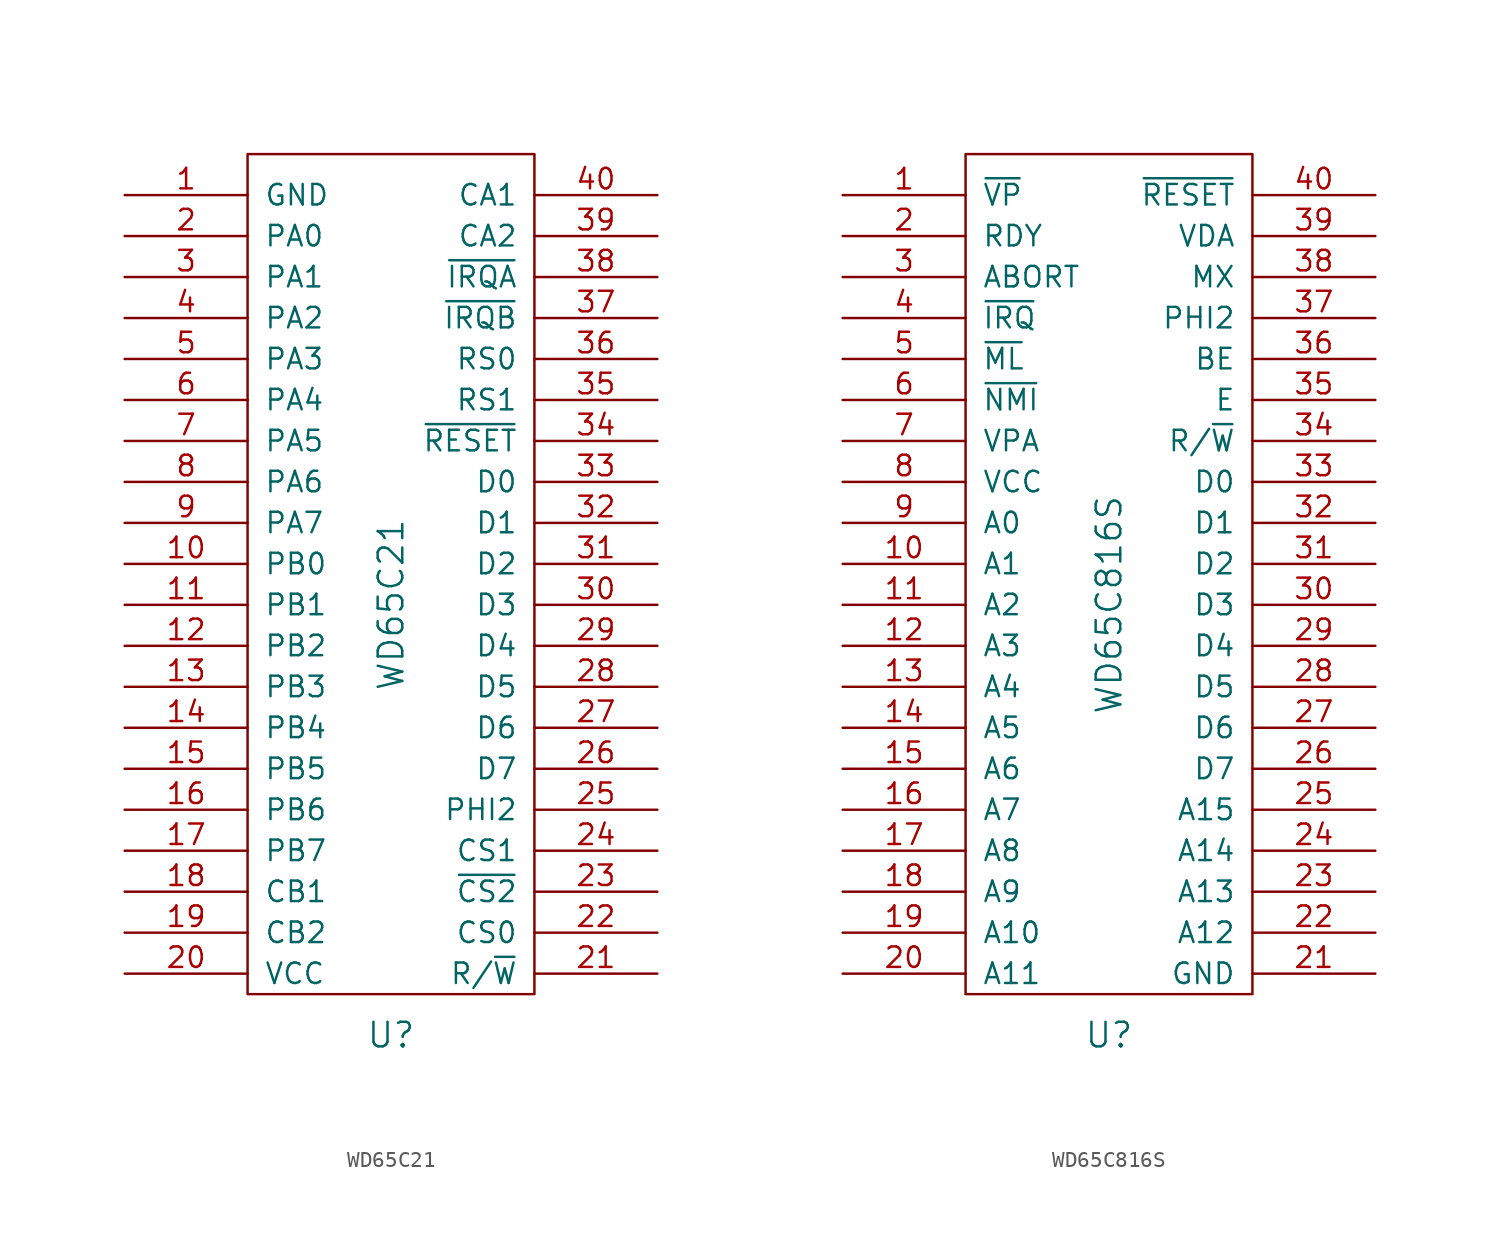
<source format=kicad_sym>
(kicad_symbol_lib
  (version 20220914)
  (generator kicad_symbol_editor)
  (symbol "WD65C21"
    (pin_names
      (offset 1.016))
    (property "Reference" "U"
      (at 0 -29.21 0)
      (effects (font (size 1.524 1.524))))
    (property "Value" "WD65C21"
      (at 0 -2.54 90)
      (effects (font (size 1.524 1.524))))
    (property "Footprint" ""
      (at -12.7 5.08 0)
      (effects (font (size 1.524 1.524))))
    (property "Datasheet" ""
      (at -12.7 5.08 0)
      (effects (font (size 1.524 1.524))))
    (symbol "WD65C21_0_1"
      (rectangle (start -8.89 25.4) (end 8.89 -26.67) (stroke (width 0) (type solid)) (fill (type none))))
    (symbol "WD65C21_1_1"
      (pin power_in line (at -16.51 22.86 0) (length 7.62) (name "GND" (effects (font (size 1.27 1.27)))) (number "1" (effects (font (size 1.27 1.27)))))
      (pin bidirectional line (at -16.51 0 0) (length 7.62) (name "PB0" (effects (font (size 1.27 1.27)))) (number "10" (effects (font (size 1.27 1.27)))))
      (pin bidirectional line (at -16.51 -2.54 0) (length 7.62) (name "PB1" (effects (font (size 1.27 1.27)))) (number "11" (effects (font (size 1.27 1.27)))))
      (pin bidirectional line (at -16.51 -5.08 0) (length 7.62) (name "PB2" (effects (font (size 1.27 1.27)))) (number "12" (effects (font (size 1.27 1.27)))))
      (pin bidirectional line (at -16.51 -7.62 0) (length 7.62) (name "PB3" (effects (font (size 1.27 1.27)))) (number "13" (effects (font (size 1.27 1.27)))))
      (pin bidirectional line (at -16.51 -10.16 0) (length 7.62) (name "PB4" (effects (font (size 1.27 1.27)))) (number "14" (effects (font (size 1.27 1.27)))))
      (pin bidirectional line (at -16.51 -12.7 0) (length 7.62) (name "PB5" (effects (font (size 1.27 1.27)))) (number "15" (effects (font (size 1.27 1.27)))))
      (pin bidirectional line (at -16.51 -15.24 0) (length 7.62) (name "PB6" (effects (font (size 1.27 1.27)))) (number "16" (effects (font (size 1.27 1.27)))))
      (pin bidirectional line (at -16.51 -17.78 0) (length 7.62) (name "PB7" (effects (font (size 1.27 1.27)))) (number "17" (effects (font (size 1.27 1.27)))))
      (pin bidirectional line (at -16.51 -20.32 0) (length 7.62) (name "CB1" (effects (font (size 1.27 1.27)))) (number "18" (effects (font (size 1.27 1.27)))))
      (pin output line (at -16.51 -22.86 0) (length 7.62) (name "CB2" (effects (font (size 1.27 1.27)))) (number "19" (effects (font (size 1.27 1.27)))))
      (pin bidirectional line (at -16.51 20.32 0) (length 7.62) (name "PA0" (effects (font (size 1.27 1.27)))) (number "2" (effects (font (size 1.27 1.27)))))
      (pin power_in line (at -16.51 -25.4 0) (length 7.62) (name "VCC" (effects (font (size 1.27 1.27)))) (number "20" (effects (font (size 1.27 1.27)))))
      (pin input line (at 16.51 -25.4 180) (length 7.62) (name "R/~{W}" (effects (font (size 1.27 1.27)))) (number "21" (effects (font (size 1.27 1.27)))))
      (pin input line (at 16.51 -22.86 180) (length 7.62) (name "CS0" (effects (font (size 1.27 1.27)))) (number "22" (effects (font (size 1.27 1.27)))))
      (pin input line (at 16.51 -20.32 180) (length 7.62) (name "~{CS2}" (effects (font (size 1.27 1.27)))) (number "23" (effects (font (size 1.27 1.27)))))
      (pin input line (at 16.51 -17.78 180) (length 7.62) (name "CS1" (effects (font (size 1.27 1.27)))) (number "24" (effects (font (size 1.27 1.27)))))
      (pin input line (at 16.51 -15.24 180) (length 7.62) (name "PHI2" (effects (font (size 1.27 1.27)))) (number "25" (effects (font (size 1.27 1.27)))))
      (pin tri_state line (at 16.51 -12.7 180) (length 7.62) (name "D7" (effects (font (size 1.27 1.27)))) (number "26" (effects (font (size 1.27 1.27)))))
      (pin tri_state line (at 16.51 -10.16 180) (length 7.62) (name "D6" (effects (font (size 1.27 1.27)))) (number "27" (effects (font (size 1.27 1.27)))))
      (pin tri_state line (at 16.51 -7.62 180) (length 7.62) (name "D5" (effects (font (size 1.27 1.27)))) (number "28" (effects (font (size 1.27 1.27)))))
      (pin tri_state line (at 16.51 -5.08 180) (length 7.62) (name "D4" (effects (font (size 1.27 1.27)))) (number "29" (effects (font (size 1.27 1.27)))))
      (pin bidirectional line (at -16.51 17.78 0) (length 7.62) (name "PA1" (effects (font (size 1.27 1.27)))) (number "3" (effects (font (size 1.27 1.27)))))
      (pin tri_state line (at 16.51 -2.54 180) (length 7.62) (name "D3" (effects (font (size 1.27 1.27)))) (number "30" (effects (font (size 1.27 1.27)))))
      (pin tri_state line (at 16.51 0 180) (length 7.62) (name "D2" (effects (font (size 1.27 1.27)))) (number "31" (effects (font (size 1.27 1.27)))))
      (pin tri_state line (at 16.51 2.54 180) (length 7.62) (name "D1" (effects (font (size 1.27 1.27)))) (number "32" (effects (font (size 1.27 1.27)))))
      (pin tri_state line (at 16.51 5.08 180) (length 7.62) (name "D0" (effects (font (size 1.27 1.27)))) (number "33" (effects (font (size 1.27 1.27)))))
      (pin input line (at 16.51 7.62 180) (length 7.62) (name "~{RESET}" (effects (font (size 1.27 1.27)))) (number "34" (effects (font (size 1.27 1.27)))))
      (pin input line (at 16.51 10.16 180) (length 7.62) (name "RS1" (effects (font (size 1.27 1.27)))) (number "35" (effects (font (size 1.27 1.27)))))
      (pin input line (at 16.51 12.7 180) (length 7.62) (name "RS0" (effects (font (size 1.27 1.27)))) (number "36" (effects (font (size 1.27 1.27)))))
      (pin output line (at 16.51 15.24 180) (length 7.62) (name "~{IRQB}" (effects (font (size 1.27 1.27)))) (number "37" (effects (font (size 1.27 1.27)))))
      (pin output line (at 16.51 17.78 180) (length 7.62) (name "~{IRQA}" (effects (font (size 1.27 1.27)))) (number "38" (effects (font (size 1.27 1.27)))))
      (pin bidirectional line (at 16.51 20.32 180) (length 7.62) (name "CA2" (effects (font (size 1.27 1.27)))) (number "39" (effects (font (size 1.27 1.27)))))
      (pin bidirectional line (at -16.51 15.24 0) (length 7.62) (name "PA2" (effects (font (size 1.27 1.27)))) (number "4" (effects (font (size 1.27 1.27)))))
      (pin bidirectional line (at 16.51 22.86 180) (length 7.62) (name "CA1" (effects (font (size 1.27 1.27)))) (number "40" (effects (font (size 1.27 1.27)))))
      (pin bidirectional line (at -16.51 12.7 0) (length 7.62) (name "PA3" (effects (font (size 1.27 1.27)))) (number "5" (effects (font (size 1.27 1.27)))))
      (pin bidirectional line (at -16.51 10.16 0) (length 7.62) (name "PA4" (effects (font (size 1.27 1.27)))) (number "6" (effects (font (size 1.27 1.27)))))
      (pin bidirectional line (at -16.51 7.62 0) (length 7.62) (name "PA5" (effects (font (size 1.27 1.27)))) (number "7" (effects (font (size 1.27 1.27)))))
      (pin bidirectional line (at -16.51 5.08 0) (length 7.62) (name "PA6" (effects (font (size 1.27 1.27)))) (number "8" (effects (font (size 1.27 1.27)))))
      (pin bidirectional line (at -16.51 2.54 0) (length 7.62) (name "PA7" (effects (font (size 1.27 1.27)))) (number "9" (effects (font (size 1.27 1.27)))))))
  (symbol "WD65C816S"
    (pin_names
      (offset 1.016))
    (property "Reference" "U"
      (at 0 -29.21 0)
      (effects (font (size 1.524 1.524))))
    (property "Value" "WD65C816S"
      (at 0 -2.54 90)
      (effects (font (size 1.524 1.524))))
    (property "Footprint" ""
      (at -12.7 5.08 0)
      (effects (font (size 1.524 1.524))))
    (property "Datasheet" ""
      (at -12.7 5.08 0)
      (effects (font (size 1.524 1.524))))
    (symbol "WD65C816S_0_1"
      (rectangle (start -8.89 25.4) (end 8.89 -26.67) (stroke (width 0) (type solid)) (fill (type none))))
    (symbol "WD65C816S_1_1"
      (pin output line (at -16.51 22.86 0) (length 7.62) (name "~{VP}" (effects (font (size 1.27 1.27)))) (number "1" (effects (font (size 1.27 1.27)))))
      (pin output line (at -16.51 0 0) (length 7.62) (name "A1" (effects (font (size 1.27 1.27)))) (number "10" (effects (font (size 1.27 1.27)))))
      (pin output line (at -16.51 -2.54 0) (length 7.62) (name "A2" (effects (font (size 1.27 1.27)))) (number "11" (effects (font (size 1.27 1.27)))))
      (pin output line (at -16.51 -5.08 0) (length 7.62) (name "A3" (effects (font (size 1.27 1.27)))) (number "12" (effects (font (size 1.27 1.27)))))
      (pin output line (at -16.51 -7.62 0) (length 7.62) (name "A4" (effects (font (size 1.27 1.27)))) (number "13" (effects (font (size 1.27 1.27)))))
      (pin output line (at -16.51 -10.16 0) (length 7.62) (name "A5" (effects (font (size 1.27 1.27)))) (number "14" (effects (font (size 1.27 1.27)))))
      (pin output line (at -16.51 -12.7 0) (length 7.62) (name "A6" (effects (font (size 1.27 1.27)))) (number "15" (effects (font (size 1.27 1.27)))))
      (pin output line (at -16.51 -15.24 0) (length 7.62) (name "A7" (effects (font (size 1.27 1.27)))) (number "16" (effects (font (size 1.27 1.27)))))
      (pin output line (at -16.51 -17.78 0) (length 7.62) (name "A8" (effects (font (size 1.27 1.27)))) (number "17" (effects (font (size 1.27 1.27)))))
      (pin output line (at -16.51 -20.32 0) (length 7.62) (name "A9" (effects (font (size 1.27 1.27)))) (number "18" (effects (font (size 1.27 1.27)))))
      (pin output line (at -16.51 -22.86 0) (length 7.62) (name "A10" (effects (font (size 1.27 1.27)))) (number "19" (effects (font (size 1.27 1.27)))))
      (pin bidirectional line (at -16.51 20.32 0) (length 7.62) (name "RDY" (effects (font (size 1.27 1.27)))) (number "2" (effects (font (size 1.27 1.27)))))
      (pin output line (at -16.51 -25.4 0) (length 7.62) (name "A11" (effects (font (size 1.27 1.27)))) (number "20" (effects (font (size 1.27 1.27)))))
      (pin power_in line (at 16.51 -25.4 180) (length 7.62) (name "GND" (effects (font (size 1.27 1.27)))) (number "21" (effects (font (size 1.27 1.27)))))
      (pin output line (at 16.51 -22.86 180) (length 7.62) (name "A12" (effects (font (size 1.27 1.27)))) (number "22" (effects (font (size 1.27 1.27)))))
      (pin output line (at 16.51 -20.32 180) (length 7.62) (name "A13" (effects (font (size 1.27 1.27)))) (number "23" (effects (font (size 1.27 1.27)))))
      (pin output line (at 16.51 -17.78 180) (length 7.62) (name "A14" (effects (font (size 1.27 1.27)))) (number "24" (effects (font (size 1.27 1.27)))))
      (pin output line (at 16.51 -15.24 180) (length 7.62) (name "A15" (effects (font (size 1.27 1.27)))) (number "25" (effects (font (size 1.27 1.27)))))
      (pin tri_state line (at 16.51 -12.7 180) (length 7.62) (name "D7" (effects (font (size 1.27 1.27)))) (number "26" (effects (font (size 1.27 1.27)))))
      (pin tri_state line (at 16.51 -10.16 180) (length 7.62) (name "D6" (effects (font (size 1.27 1.27)))) (number "27" (effects (font (size 1.27 1.27)))))
      (pin tri_state line (at 16.51 -7.62 180) (length 7.62) (name "D5" (effects (font (size 1.27 1.27)))) (number "28" (effects (font (size 1.27 1.27)))))
      (pin tri_state line (at 16.51 -5.08 180) (length 7.62) (name "D4" (effects (font (size 1.27 1.27)))) (number "29" (effects (font (size 1.27 1.27)))))
      (pin input line (at -16.51 17.78 0) (length 7.62) (name "ABORT" (effects (font (size 1.27 1.27)))) (number "3" (effects (font (size 1.27 1.27)))))
      (pin tri_state line (at 16.51 -2.54 180) (length 7.62) (name "D3" (effects (font (size 1.27 1.27)))) (number "30" (effects (font (size 1.27 1.27)))))
      (pin tri_state line (at 16.51 0 180) (length 7.62) (name "D2" (effects (font (size 1.27 1.27)))) (number "31" (effects (font (size 1.27 1.27)))))
      (pin tri_state line (at 16.51 2.54 180) (length 7.62) (name "D1" (effects (font (size 1.27 1.27)))) (number "32" (effects (font (size 1.27 1.27)))))
      (pin tri_state line (at 16.51 5.08 180) (length 7.62) (name "D0" (effects (font (size 1.27 1.27)))) (number "33" (effects (font (size 1.27 1.27)))))
      (pin output line (at 16.51 7.62 180) (length 7.62) (name "R/~{W}" (effects (font (size 1.27 1.27)))) (number "34" (effects (font (size 1.27 1.27)))))
      (pin output line (at 16.51 10.16 180) (length 7.62) (name "E" (effects (font (size 1.27 1.27)))) (number "35" (effects (font (size 1.27 1.27)))))
      (pin input line (at 16.51 12.7 180) (length 7.62) (name "BE" (effects (font (size 1.27 1.27)))) (number "36" (effects (font (size 1.27 1.27)))))
      (pin input line (at 16.51 15.24 180) (length 7.62) (name "PHI2" (effects (font (size 1.27 1.27)))) (number "37" (effects (font (size 1.27 1.27)))))
      (pin output line (at 16.51 17.78 180) (length 7.62) (name "MX" (effects (font (size 1.27 1.27)))) (number "38" (effects (font (size 1.27 1.27)))))
      (pin output line (at 16.51 20.32 180) (length 7.62) (name "VDA" (effects (font (size 1.27 1.27)))) (number "39" (effects (font (size 1.27 1.27)))))
      (pin input line (at -16.51 15.24 0) (length 7.62) (name "~{IRQ}" (effects (font (size 1.27 1.27)))) (number "4" (effects (font (size 1.27 1.27)))))
      (pin input line (at 16.51 22.86 180) (length 7.62) (name "~{RESET}" (effects (font (size 1.27 1.27)))) (number "40" (effects (font (size 1.27 1.27)))))
      (pin output line (at -16.51 12.7 0) (length 7.62) (name "~{ML}" (effects (font (size 1.27 1.27)))) (number "5" (effects (font (size 1.27 1.27)))))
      (pin input line (at -16.51 10.16 0) (length 7.62) (name "~{NMI}" (effects (font (size 1.27 1.27)))) (number "6" (effects (font (size 1.27 1.27)))))
      (pin output line (at -16.51 7.62 0) (length 7.62) (name "VPA" (effects (font (size 1.27 1.27)))) (number "7" (effects (font (size 1.27 1.27)))))
      (pin power_in line (at -16.51 5.08 0) (length 7.62) (name "VCC" (effects (font (size 1.27 1.27)))) (number "8" (effects (font (size 1.27 1.27)))))
      (pin output line (at -16.51 2.54 0) (length 7.62) (name "A0" (effects (font (size 1.27 1.27)))) (number "9" (effects (font (size 1.27 1.27))))))))
</source>
